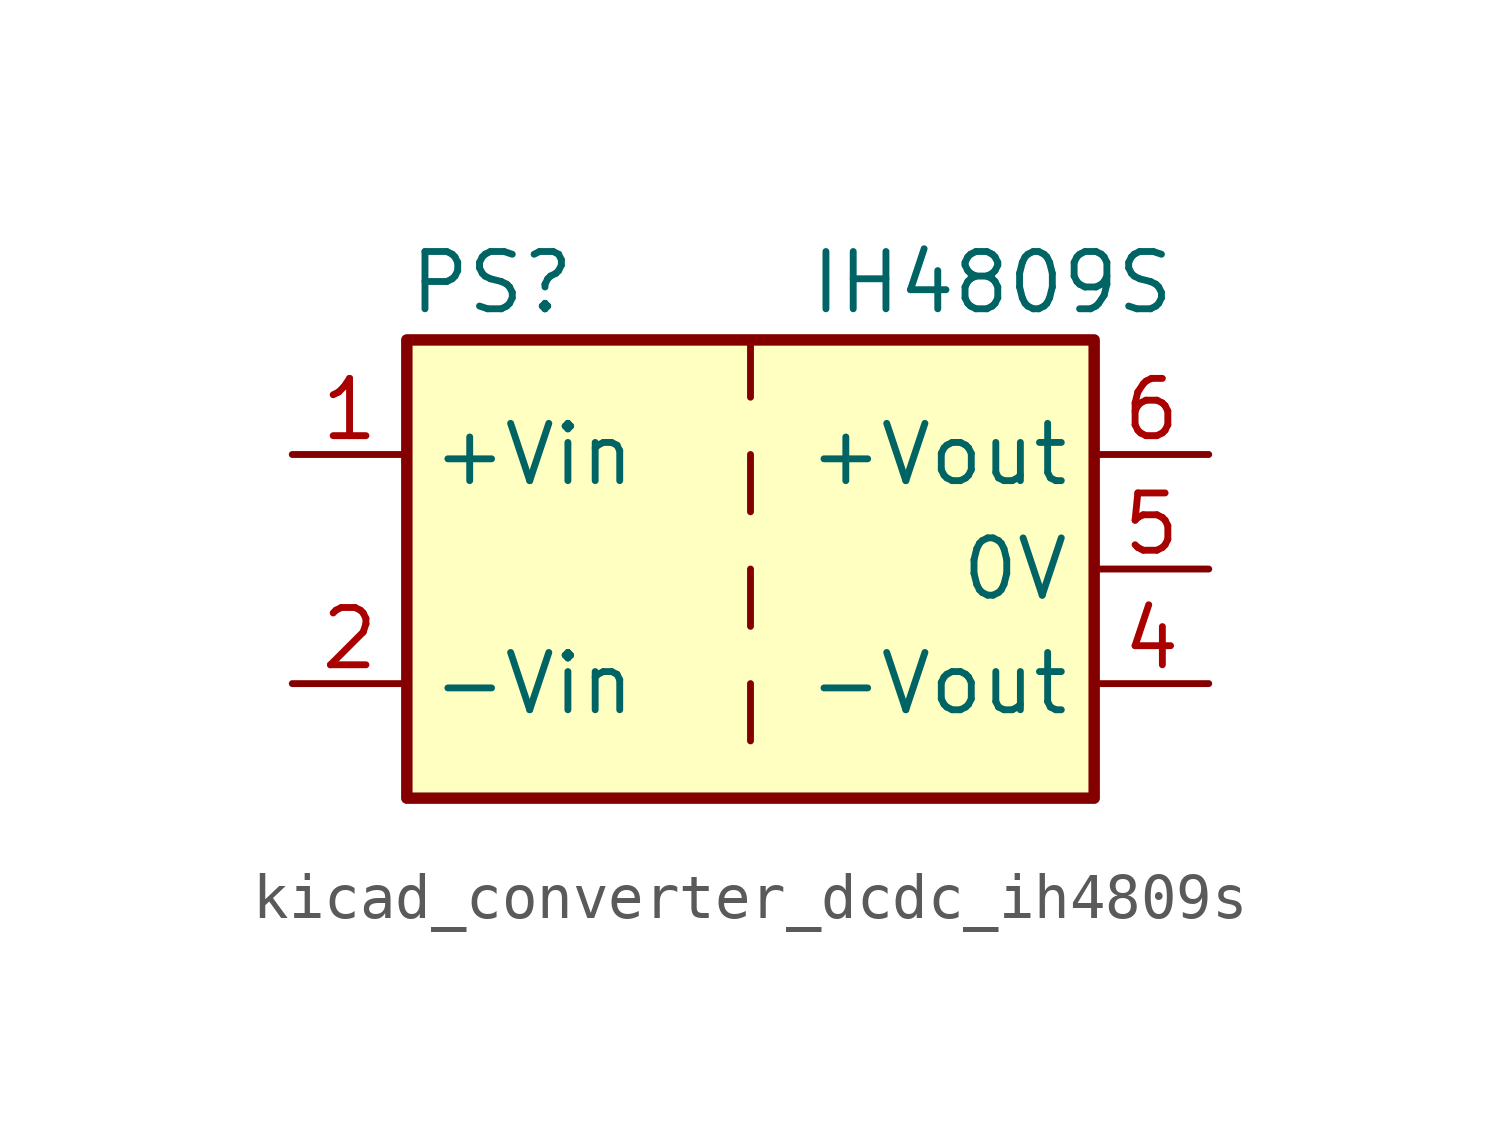
<source format=kicad_sym>
(kicad_symbol_lib
  (version 20220914)
  (generator kicad_symbol_editor)
  (symbol "kicad_converter_dcdc_ih4809s"
    (property "Reference" "PS"
      (at -7.62 6.35 0)
      (effects (font (size 1.27 1.27)) (justify left)))
    (property "Value" "IH4809S"
      (at 1.27 6.35 0)
      (effects (font (size 1.27 1.27)) (justify left)))
    (symbol "kicad_converter_dcdc_ih4809s_0_0"
      (pin power_in line (at -10.16 2.54 0) (length 2.54) (name "+Vin" (effects (font (size 1.27 1.27)))) (number "1" (effects (font (size 1.27 1.27)))))
      (pin power_in line (at -10.16 -2.54 0) (length 2.54) (name "-Vin" (effects (font (size 1.27 1.27)))) (number "2" (effects (font (size 1.27 1.27)))))
      (pin power_out line (at 10.16 -2.54 180) (length 2.54) (name "-Vout" (effects (font (size 1.27 1.27)))) (number "4" (effects (font (size 1.27 1.27)))))
      (pin power_out line (at 10.16 0 180) (length 2.54) (name "0V" (effects (font (size 1.27 1.27)))) (number "5" (effects (font (size 1.27 1.27)))))
      (pin power_out line (at 10.16 2.54 180) (length 2.54) (name "+Vout" (effects (font (size 1.27 1.27)))) (number "6" (effects (font (size 1.27 1.27))))))
    (symbol "kicad_converter_dcdc_ih4809s_0_1"
      (rectangle (start -7.62 5.08) (end 7.62 -5.08) (stroke (width 0.254) (type default)) (fill (type background)))
      (polyline (pts (xy 0 -2.54) (xy 0 -3.81)) (stroke (width 0) (type default)) (fill (type none)))
      (polyline (pts (xy 0 0) (xy 0 -1.27)) (stroke (width 0) (type default)) (fill (type none)))
      (polyline (pts (xy 0 2.54) (xy 0 1.27)) (stroke (width 0) (type default)) (fill (type none)))
      (polyline (pts (xy 0 5.08) (xy 0 3.81)) (stroke (width 0) (type default)) (fill (type none))))))
</source>
